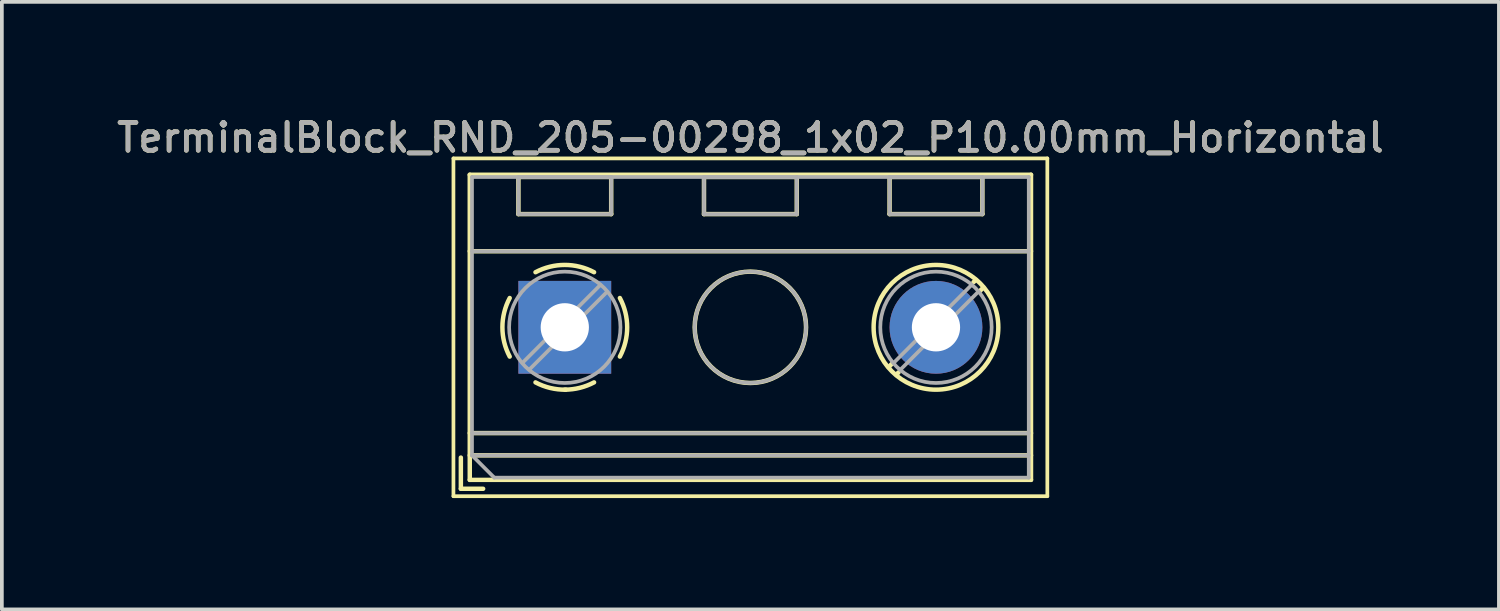
<source format=kicad_pcb>
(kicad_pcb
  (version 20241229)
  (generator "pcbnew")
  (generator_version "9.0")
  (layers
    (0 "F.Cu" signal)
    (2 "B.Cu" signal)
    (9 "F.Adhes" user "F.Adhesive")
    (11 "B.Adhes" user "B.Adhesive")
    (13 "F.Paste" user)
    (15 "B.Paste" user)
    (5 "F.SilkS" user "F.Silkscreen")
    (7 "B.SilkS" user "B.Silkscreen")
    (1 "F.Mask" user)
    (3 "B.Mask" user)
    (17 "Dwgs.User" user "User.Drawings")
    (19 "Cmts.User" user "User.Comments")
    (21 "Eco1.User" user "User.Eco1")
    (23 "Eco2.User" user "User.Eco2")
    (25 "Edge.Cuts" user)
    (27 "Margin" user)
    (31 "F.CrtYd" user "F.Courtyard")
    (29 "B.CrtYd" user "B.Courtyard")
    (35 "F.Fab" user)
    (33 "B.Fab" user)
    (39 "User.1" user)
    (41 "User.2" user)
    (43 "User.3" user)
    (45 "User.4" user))
  (footprint "TerminalBlock_RND_205-00298_1x02_P10.00mm_Horizontal"
    (layer "F.Cu")
    (at 12.166 5.768)
    (property "Reference" "TerminalBlock_RND_205-00298_1x02_P10.00mm_Horizontal" (at 5 -5.11 0) (layer "F.SilkS") (effects (font (size 0.75 0.75) (thickness 0.125))))
    (attr through_hole)
    (fp_line (start -3 -4.55) (end -3 4.55) (stroke (width 0.1) (type solid)) (layer "F.SilkS"))
    (fp_line (start -3 4.55) (end 13 4.55) (stroke (width 0.1) (type solid)) (layer "F.SilkS"))
    (fp_line (start -2.8 3.51) (end -2.8 4.35) (stroke (width 0.12) (type solid)) (layer "F.SilkS"))
    (fp_line (start -2.8 4.35) (end -2.2 4.35) (stroke (width 0.12) (type solid)) (layer "F.SilkS"))
    (fp_line (start -2.56 -4.11) (end -2.56 4.11) (stroke (width 0.12) (type solid)) (layer "F.SilkS"))
    (fp_line (start -2.56 -4.11) (end 12.56 -4.11) (stroke (width 0.12) (type solid)) (layer "F.SilkS"))
    (fp_line (start -2.56 -2.05) (end 12.56 -2.05) (stroke (width 0.12) (type solid)) (layer "F.SilkS"))
    (fp_line (start -2.56 2.85) (end 12.56 2.85) (stroke (width 0.12) (type solid)) (layer "F.SilkS"))
    (fp_line (start -2.56 3.45) (end 12.56 3.45) (stroke (width 0.12) (type solid)) (layer "F.SilkS"))
    (fp_line (start -2.56 4.11) (end 12.56 4.11) (stroke (width 0.12) (type solid)) (layer "F.SilkS"))
    (fp_line (start -1.25 -4.05) (end -1.25 -3.05) (stroke (width 0.12) (type solid)) (layer "F.SilkS"))
    (fp_line (start -1.25 -4.05) (end 1.25 -4.05) (stroke (width 0.12) (type solid)) (layer "F.SilkS"))
    (fp_line (start -1.25 -3.05) (end 1.25 -3.05) (stroke (width 0.12) (type solid)) (layer "F.SilkS"))
    (fp_line (start 1.25 -4.05) (end 1.25 -3.05) (stroke (width 0.12) (type solid)) (layer "F.SilkS"))
    (fp_line (start 3.75 -4.05) (end 3.75 -3.05) (stroke (width 0.12) (type solid)) (layer "F.SilkS"))
    (fp_line (start 3.75 -4.05) (end 6.25 -4.05) (stroke (width 0.12) (type solid)) (layer "F.SilkS"))
    (fp_line (start 3.75 -3.05) (end 6.25 -3.05) (stroke (width 0.12) (type solid)) (layer "F.SilkS"))
    (fp_line (start 6.25 -4.05) (end 6.25 -3.05) (stroke (width 0.12) (type solid)) (layer "F.SilkS"))
    (fp_line (start 8.75 -4.05) (end 8.75 -3.05) (stroke (width 0.12) (type solid)) (layer "F.SilkS"))
    (fp_line (start 8.75 -4.05) (end 11.25 -4.05) (stroke (width 0.12) (type solid)) (layer "F.SilkS"))
    (fp_line (start 8.75 -3.05) (end 11.25 -3.05) (stroke (width 0.12) (type solid)) (layer "F.SilkS"))
    (fp_line (start 8.82 0.976) (end 8.726 1.069) (stroke (width 0.12) (type solid)) (layer "F.SilkS"))
    (fp_line (start 8.99 1.216) (end 8.931 1.274) (stroke (width 0.12) (type solid)) (layer "F.SilkS"))
    (fp_line (start 11.07 -1.275) (end 11.011 -1.216) (stroke (width 0.12) (type solid)) (layer "F.SilkS"))
    (fp_line (start 11.25 -4.05) (end 11.25 -3.05) (stroke (width 0.12) (type solid)) (layer "F.SilkS"))
    (fp_line (start 11.275 -1.069) (end 11.181 -0.976) (stroke (width 0.12) (type solid)) (layer "F.SilkS"))
    (fp_line (start 12.56 -4.11) (end 12.56 4.11) (stroke (width 0.12) (type solid)) (layer "F.SilkS"))
    (fp_line (start 13 -4.55) (end -3 -4.55) (stroke (width 0.1) (type solid)) (layer "F.SilkS"))
    (fp_line (start 13 4.55) (end 13 -4.55) (stroke (width 0.1) (type solid)) (layer "F.SilkS"))
    (fp_arc (start -1.483953 0.789089) (mid -1.680708 0.00005) (end -1.484 -0.789) (stroke (width 0.12) (type solid)) (layer "F.SilkS"))
    (fp_arc (start -0.789089 -1.483953) (mid -0.00005 -1.680708) (end 0.789 -1.484) (stroke (width 0.12) (type solid)) (layer "F.SilkS"))
    (fp_arc (start 0.029383 1.68045) (mid -0.392304 1.634281) (end -0.789 1.484) (stroke (width 0.12) (type solid)) (layer "F.SilkS"))
    (fp_arc (start 0.788712 1.483352) (mid 0.406429 1.630097) (end 0 1.68) (stroke (width 0.12) (type solid)) (layer "F.SilkS"))
    (fp_arc (start 1.483953 -0.789089) (mid 1.680708 -0.00005) (end 1.484 0.789) (stroke (width 0.12) (type solid)) (layer "F.SilkS"))
    (fp_circle (center 5 0) (end 6.5 0) (stroke (width 0.12) (type solid)) (fill no) (layer "F.SilkS"))
    (fp_circle (center 10 0) (end 11.68 0) (stroke (width 0.12) (type solid)) (fill no) (layer "F.SilkS"))
    (fp_line (start -2.5 -4.05) (end 12.5 -4.05) (stroke (width 0.1) (type solid)) (layer "F.Fab"))
    (fp_line (start -2.5 -2.05) (end 12.5 -2.05) (stroke (width 0.1) (type solid)) (layer "F.Fab"))
    (fp_line (start -2.5 2.85) (end 12.5 2.85) (stroke (width 0.1) (type solid)) (layer "F.Fab"))
    (fp_line (start -2.5 3.45) (end -2.5 -4.05) (stroke (width 0.1) (type solid)) (layer "F.Fab"))
    (fp_line (start -2.5 3.45) (end 12.5 3.45) (stroke (width 0.1) (type solid)) (layer "F.Fab"))
    (fp_line (start -1.9 4.05) (end -2.5 3.45) (stroke (width 0.1) (type solid)) (layer "F.Fab"))
    (fp_line (start -1.25 -4.05) (end -1.25 -3.05) (stroke (width 0.1) (type solid)) (layer "F.Fab"))
    (fp_line (start -1.25 -3.05) (end 1.25 -3.05) (stroke (width 0.1) (type solid)) (layer "F.Fab"))
    (fp_line (start 0.955 -1.138) (end -1.138 0.955) (stroke (width 0.1) (type solid)) (layer "F.Fab"))
    (fp_line (start 1.138 -0.955) (end -0.955 1.138) (stroke (width 0.1) (type solid)) (layer "F.Fab"))
    (fp_line (start 1.25 -4.05) (end -1.25 -4.05) (stroke (width 0.1) (type solid)) (layer "F.Fab"))
    (fp_line (start 1.25 -3.05) (end 1.25 -4.05) (stroke (width 0.1) (type solid)) (layer "F.Fab"))
    (fp_line (start 3.75 -4.05) (end 3.75 -3.05) (stroke (width 0.1) (type solid)) (layer "F.Fab"))
    (fp_line (start 3.75 -3.05) (end 6.25 -3.05) (stroke (width 0.1) (type solid)) (layer "F.Fab"))
    (fp_line (start 6.25 -4.05) (end 3.75 -4.05) (stroke (width 0.1) (type solid)) (layer "F.Fab"))
    (fp_line (start 6.25 -3.05) (end 6.25 -4.05) (stroke (width 0.1) (type solid)) (layer "F.Fab"))
    (fp_line (start 8.75 -4.05) (end 8.75 -3.05) (stroke (width 0.1) (type solid)) (layer "F.Fab"))
    (fp_line (start 8.75 -3.05) (end 11.25 -3.05) (stroke (width 0.1) (type solid)) (layer "F.Fab"))
    (fp_line (start 10.955 -1.138) (end 8.863 0.955) (stroke (width 0.1) (type solid)) (layer "F.Fab"))
    (fp_line (start 11.138 -0.955) (end 9.046 1.138) (stroke (width 0.1) (type solid)) (layer "F.Fab"))
    (fp_line (start 11.25 -4.05) (end 8.75 -4.05) (stroke (width 0.1) (type solid)) (layer "F.Fab"))
    (fp_line (start 11.25 -3.05) (end 11.25 -4.05) (stroke (width 0.1) (type solid)) (layer "F.Fab"))
    (fp_line (start 12.5 -4.05) (end 12.5 4.05) (stroke (width 0.1) (type solid)) (layer "F.Fab"))
    (fp_line (start 12.5 4.05) (end -1.9 4.05) (stroke (width 0.1) (type solid)) (layer "F.Fab"))
    (fp_circle (center 0 0) (end 1.5 0) (stroke (width 0.1) (type solid)) (fill no) (layer "F.Fab"))
    (fp_circle (center 5 0) (end 6.5 0) (stroke (width 0.1) (type solid)) (fill no) (layer "F.Fab"))
    (fp_circle (center 10 0) (end 11.5 0) (stroke (width 0.1) (type solid)) (fill no) (layer "F.Fab"))
    (fp_text user "${REFERENCE}" (at 5 -5.11 0) (layer "F.Fab") (effects (font (size 0.75 0.75) (thickness 0.125))))
    (pad "1" thru_hole rect (at 0 0) (size 2.5 2.5) (drill 1.3) (layers "*.Cu" "*.Mask"))
    (pad "2" thru_hole circle (at 10 0) (size 2.5 2.5) (drill 1.3) (layers "*.Cu" "*.Mask")))
  (gr_rect
    (start -3 -3)
    (end 37.332 13.368)
    (stroke (width 0.1) (type default))
    (fill no)
    (layer "Edge.Cuts")))
</source>
